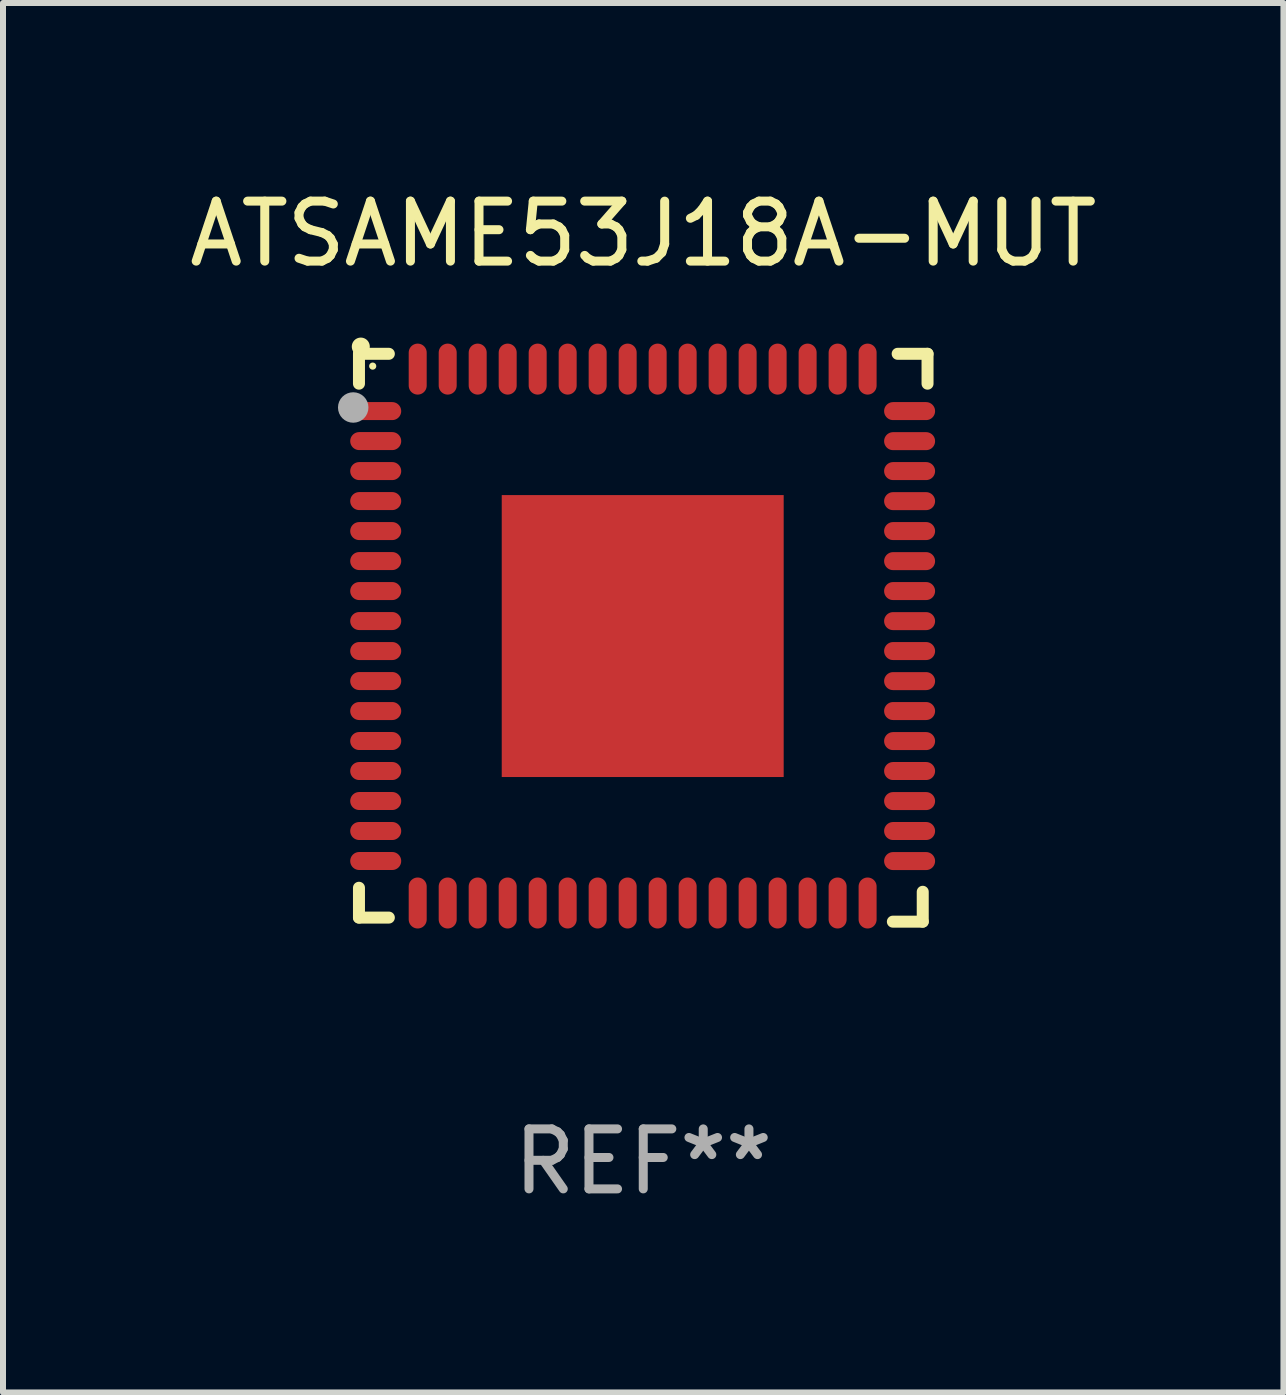
<source format=kicad_pcb>
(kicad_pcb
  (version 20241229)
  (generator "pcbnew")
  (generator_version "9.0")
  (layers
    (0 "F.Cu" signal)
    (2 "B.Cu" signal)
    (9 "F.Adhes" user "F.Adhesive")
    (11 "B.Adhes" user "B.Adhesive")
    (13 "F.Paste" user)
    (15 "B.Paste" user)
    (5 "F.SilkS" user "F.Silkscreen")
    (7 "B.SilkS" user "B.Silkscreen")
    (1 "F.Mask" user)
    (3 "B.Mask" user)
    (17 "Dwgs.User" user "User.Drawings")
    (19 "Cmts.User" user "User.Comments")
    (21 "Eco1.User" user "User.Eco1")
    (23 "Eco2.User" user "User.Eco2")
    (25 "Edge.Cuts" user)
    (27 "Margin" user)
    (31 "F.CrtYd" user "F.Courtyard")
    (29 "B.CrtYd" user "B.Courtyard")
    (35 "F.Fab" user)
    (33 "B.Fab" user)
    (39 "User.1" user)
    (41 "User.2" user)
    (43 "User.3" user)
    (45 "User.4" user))
  (footprint "ATSAME53J18A-MUT"
    (layer "F.Cu")
    (at 7.673 7.581)
    (property "Reference" "ATSAME53J18A-MUT" (at 0 -6.733 0) (layer "F.SilkS") (effects (font (size 1 1) (thickness 0.15))))
    (attr through_hole)
    (fp_line (start -4.739 -4.733) (end -4.241 -4.733) (stroke (width 0.2) (type solid)) (layer "F.SilkS"))
    (fp_line (start -4.739 -4.235) (end -4.739 -4.733) (stroke (width 0.2) (type solid)) (layer "F.SilkS"))
    (fp_line (start -4.739 4.168) (end -4.739 4.665) (stroke (width 0.2) (type solid)) (layer "F.SilkS"))
    (fp_line (start -4.739 4.665) (end -4.241 4.665) (stroke (width 0.2) (type solid)) (layer "F.SilkS"))
    (fp_line (start 4.161 4.733) (end 4.659 4.733) (stroke (width 0.2) (type solid)) (layer "F.SilkS"))
    (fp_line (start 4.241 -4.733) (end 4.739 -4.733) (stroke (width 0.2) (type solid)) (layer "F.SilkS"))
    (fp_line (start 4.659 4.733) (end 4.659 4.235) (stroke (width 0.2) (type solid)) (layer "F.SilkS"))
    (fp_line (start 4.739 -4.733) (end 4.739 -4.235) (stroke (width 0.2) (type solid)) (layer "F.SilkS"))
    (fp_arc (start -4.708623 -4.85108) (mid -4.708628 -4.85235) (end -4.708623 -4.85362) (stroke (width 0.3) (type solid)) (layer "F.SilkS"))
    (fp_circle (center -4.51 -4.528) (end -4.48 -4.528) (stroke (width 0.06) (type solid)) (fill no) (layer "F.SilkS"))
    (fp_circle (center -4.835 -3.838) (end -4.708 -3.838) (stroke (width 0.254) (type solid)) (fill no) (layer "F.Fab"))
    (fp_text user "REF**" (at 0 8.733 0) (layer "F.Fab") (effects (font (size 1 1) (thickness 0.15))))
    (pad "1" smd oval (at -4.46 -3.778) (size 0.85 0.3) (layers "F.Cu" "F.Mask" "F.Paste"))
    (pad "2" smd oval (at -4.46 -3.278) (size 0.85 0.3) (layers "F.Cu" "F.Mask" "F.Paste"))
    (pad "3" smd oval (at -4.46 -2.778) (size 0.85 0.3) (layers "F.Cu" "F.Mask" "F.Paste"))
    (pad "4" smd oval (at -4.46 -2.278) (size 0.85 0.3) (layers "F.Cu" "F.Mask" "F.Paste"))
    (pad "5" smd oval (at -4.46 -1.778) (size 0.85 0.3) (layers "F.Cu" "F.Mask" "F.Paste"))
    (pad "6" smd oval (at -4.46 -1.278) (size 0.85 0.3) (layers "F.Cu" "F.Mask" "F.Paste"))
    (pad "7" smd oval (at -4.46 -0.778) (size 0.85 0.3) (layers "F.Cu" "F.Mask" "F.Paste"))
    (pad "8" smd oval (at -4.46 -0.278) (size 0.85 0.3) (layers "F.Cu" "F.Mask" "F.Paste"))
    (pad "9" smd oval (at -4.46 0.222) (size 0.85 0.3) (layers "F.Cu" "F.Mask" "F.Paste"))
    (pad "10" smd oval (at -4.46 0.722) (size 0.85 0.3) (layers "F.Cu" "F.Mask" "F.Paste"))
    (pad "11" smd oval (at -4.46 1.222) (size 0.85 0.3) (layers "F.Cu" "F.Mask" "F.Paste"))
    (pad "12" smd oval (at -4.46 1.722) (size 0.85 0.3) (layers "F.Cu" "F.Mask" "F.Paste"))
    (pad "13" smd oval (at -4.46 2.222) (size 0.85 0.3) (layers "F.Cu" "F.Mask" "F.Paste"))
    (pad "14" smd oval (at -4.46 2.722) (size 0.85 0.3) (layers "F.Cu" "F.Mask" "F.Paste"))
    (pad "15" smd oval (at -4.46 3.222) (size 0.85 0.3) (layers "F.Cu" "F.Mask" "F.Paste"))
    (pad "16" smd oval (at -4.46 3.722) (size 0.85 0.3) (layers "F.Cu" "F.Mask" "F.Paste"))
    (pad "17" smd oval (at -3.76 4.422) (size 0.3 0.85) (layers "F.Cu" "F.Mask" "F.Paste"))
    (pad "18" smd oval (at -3.26 4.422) (size 0.3 0.85) (layers "F.Cu" "F.Mask" "F.Paste"))
    (pad "19" smd oval (at -2.76 4.422) (size 0.3 0.85) (layers "F.Cu" "F.Mask" "F.Paste"))
    (pad "20" smd oval (at -2.26 4.422) (size 0.3 0.85) (layers "F.Cu" "F.Mask" "F.Paste"))
    (pad "21" smd oval (at -1.76 4.422) (size 0.3 0.85) (layers "F.Cu" "F.Mask" "F.Paste"))
    (pad "22" smd oval (at -1.26 4.422) (size 0.3 0.85) (layers "F.Cu" "F.Mask" "F.Paste"))
    (pad "23" smd oval (at -0.76 4.422) (size 0.3 0.85) (layers "F.Cu" "F.Mask" "F.Paste"))
    (pad "24" smd oval (at -0.26 4.422) (size 0.3 0.85) (layers "F.Cu" "F.Mask" "F.Paste"))
    (pad "25" smd oval (at 0.24 4.422) (size 0.3 0.85) (layers "F.Cu" "F.Mask" "F.Paste"))
    (pad "26" smd oval (at 0.74 4.422) (size 0.3 0.85) (layers "F.Cu" "F.Mask" "F.Paste"))
    (pad "27" smd oval (at 1.24 4.422) (size 0.3 0.85) (layers "F.Cu" "F.Mask" "F.Paste"))
    (pad "28" smd oval (at 1.74 4.422) (size 0.3 0.85) (layers "F.Cu" "F.Mask" "F.Paste"))
    (pad "29" smd oval (at 2.24 4.422) (size 0.3 0.85) (layers "F.Cu" "F.Mask" "F.Paste"))
    (pad "30" smd oval (at 2.74 4.422) (size 0.3 0.85) (layers "F.Cu" "F.Mask" "F.Paste"))
    (pad "31" smd oval (at 3.24 4.422) (size 0.3 0.85) (layers "F.Cu" "F.Mask" "F.Paste"))
    (pad "32" smd oval (at 3.74 4.422) (size 0.3 0.85) (layers "F.Cu" "F.Mask" "F.Paste"))
    (pad "33" smd oval (at 4.44 3.723) (size 0.85 0.3) (layers "F.Cu" "F.Mask" "F.Paste"))
    (pad "34" smd oval (at 4.44 3.222) (size 0.85 0.3) (layers "F.Cu" "F.Mask" "F.Paste"))
    (pad "35" smd oval (at 4.44 2.723) (size 0.85 0.3) (layers "F.Cu" "F.Mask" "F.Paste"))
    (pad "36" smd oval (at 4.44 2.222) (size 0.85 0.3) (layers "F.Cu" "F.Mask" "F.Paste"))
    (pad "37" smd oval (at 4.44 1.723) (size 0.85 0.3) (layers "F.Cu" "F.Mask" "F.Paste"))
    (pad "38" smd oval (at 4.44 1.222) (size 0.85 0.3) (layers "F.Cu" "F.Mask" "F.Paste"))
    (pad "39" smd oval (at 4.44 0.723) (size 0.85 0.3) (layers "F.Cu" "F.Mask" "F.Paste"))
    (pad "40" smd oval (at 4.44 0.222) (size 0.85 0.3) (layers "F.Cu" "F.Mask" "F.Paste"))
    (pad "41" smd oval (at 4.44 -0.277) (size 0.85 0.3) (layers "F.Cu" "F.Mask" "F.Paste"))
    (pad "42" smd oval (at 4.44 -0.778) (size 0.85 0.3) (layers "F.Cu" "F.Mask" "F.Paste"))
    (pad "43" smd oval (at 4.44 -1.277) (size 0.85 0.3) (layers "F.Cu" "F.Mask" "F.Paste"))
    (pad "44" smd oval (at 4.44 -1.778) (size 0.85 0.3) (layers "F.Cu" "F.Mask" "F.Paste"))
    (pad "45" smd oval (at 4.44 -2.277) (size 0.85 0.3) (layers "F.Cu" "F.Mask" "F.Paste"))
    (pad "46" smd oval (at 4.44 -2.778) (size 0.85 0.3) (layers "F.Cu" "F.Mask" "F.Paste"))
    (pad "47" smd oval (at 4.44 -3.277) (size 0.85 0.3) (layers "F.Cu" "F.Mask" "F.Paste"))
    (pad "48" smd oval (at 4.44 -3.778) (size 0.85 0.3) (layers "F.Cu" "F.Mask" "F.Paste"))
    (pad "49" smd oval (at 3.74 -4.478) (size 0.3 0.85) (layers "F.Cu" "F.Mask" "F.Paste"))
    (pad "50" smd oval (at 3.24 -4.478) (size 0.3 0.85) (layers "F.Cu" "F.Mask" "F.Paste"))
    (pad "51" smd oval (at 2.74 -4.478) (size 0.3 0.85) (layers "F.Cu" "F.Mask" "F.Paste"))
    (pad "52" smd oval (at 2.24 -4.478) (size 0.3 0.85) (layers "F.Cu" "F.Mask" "F.Paste"))
    (pad "53" smd oval (at 1.74 -4.478) (size 0.3 0.85) (layers "F.Cu" "F.Mask" "F.Paste"))
    (pad "54" smd oval (at 1.24 -4.478) (size 0.3 0.85) (layers "F.Cu" "F.Mask" "F.Paste"))
    (pad "55" smd oval (at 0.74 -4.478) (size 0.3 0.85) (layers "F.Cu" "F.Mask" "F.Paste"))
    (pad "56" smd oval (at 0.24 -4.478) (size 0.3 0.85) (layers "F.Cu" "F.Mask" "F.Paste"))
    (pad "57" smd oval (at -0.26 -4.478) (size 0.3 0.85) (layers "F.Cu" "F.Mask" "F.Paste"))
    (pad "58" smd oval (at -0.76 -4.478) (size 0.3 0.85) (layers "F.Cu" "F.Mask" "F.Paste"))
    (pad "59" smd oval (at -1.26 -4.478) (size 0.3 0.85) (layers "F.Cu" "F.Mask" "F.Paste"))
    (pad "60" smd oval (at -1.76 -4.478) (size 0.3 0.85) (layers "F.Cu" "F.Mask" "F.Paste"))
    (pad "61" smd oval (at -2.26 -4.478) (size 0.3 0.85) (layers "F.Cu" "F.Mask" "F.Paste"))
    (pad "62" smd oval (at -2.76 -4.478) (size 0.3 0.85) (layers "F.Cu" "F.Mask" "F.Paste"))
    (pad "63" smd oval (at -3.26 -4.478) (size 0.3 0.85) (layers "F.Cu" "F.Mask" "F.Paste"))
    (pad "64" smd oval (at -3.76 -4.478) (size 0.3 0.85) (layers "F.Cu" "F.Mask" "F.Paste"))
    (pad "65" smd rect (at -0.009 -0.028 90) (size 4.7 4.7) (layers "F.Cu" "F.Mask" "F.Paste")))
  (gr_rect
    (start -3 -3)
    (end 18.345 20.162)
    (stroke (width 0.1) (type default))
    (fill no)
    (layer "Edge.Cuts")))
</source>
